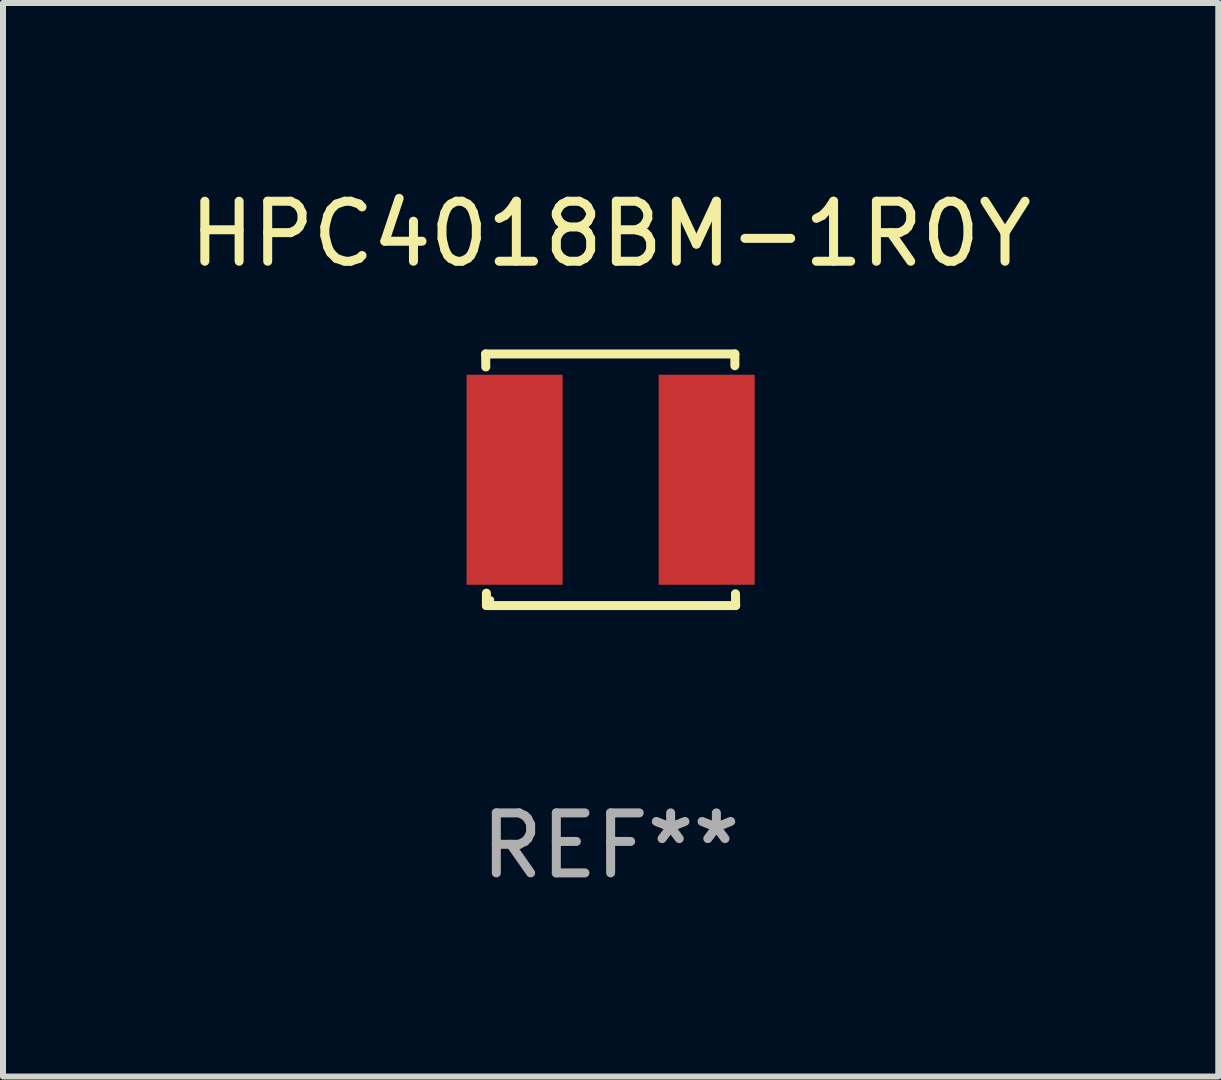
<source format=kicad_pcb>
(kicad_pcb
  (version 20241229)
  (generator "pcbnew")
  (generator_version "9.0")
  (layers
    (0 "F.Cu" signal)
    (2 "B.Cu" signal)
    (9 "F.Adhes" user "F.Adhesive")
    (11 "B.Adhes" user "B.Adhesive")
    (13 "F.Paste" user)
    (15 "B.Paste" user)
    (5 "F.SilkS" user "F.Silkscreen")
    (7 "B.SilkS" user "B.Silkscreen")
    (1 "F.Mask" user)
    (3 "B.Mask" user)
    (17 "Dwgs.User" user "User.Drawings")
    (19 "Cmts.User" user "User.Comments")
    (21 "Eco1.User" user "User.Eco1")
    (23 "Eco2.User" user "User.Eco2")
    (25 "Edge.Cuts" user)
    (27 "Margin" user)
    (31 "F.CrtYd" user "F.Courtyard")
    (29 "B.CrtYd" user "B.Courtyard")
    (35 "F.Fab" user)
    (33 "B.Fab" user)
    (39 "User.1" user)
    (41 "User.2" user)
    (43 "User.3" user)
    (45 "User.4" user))
  (footprint "HPC4018BM-1R0Y"
    (layer "F.Cu")
    (at 7.125 4.944)
    (property "Reference" "HPC4018BM-1R0Y" (at 0 -4.096 0) (layer "F.SilkS") (effects (font (size 1 1) (thickness 0.15))))
    (attr through_hole)
    (fp_line (start -2.083 -2.096) (end -2.08 -1.88) (stroke (width 0.15) (type solid)) (layer "F.SilkS"))
    (fp_line (start -2.07 1.89) (end -2.07 2.096) (stroke (width 0.15) (type solid)) (layer "F.SilkS"))
    (fp_line (start -2.07 2.096) (end 2.083 2.096) (stroke (width 0.15) (type solid)) (layer "F.SilkS"))
    (fp_line (start 2.07 -1.9) (end 2.07 -2.096) (stroke (width 0.15) (type solid)) (layer "F.SilkS"))
    (fp_line (start 2.07 -2.096) (end -2.083 -2.096) (stroke (width 0.15) (type solid)) (layer "F.SilkS"))
    (fp_line (start 2.083 2.096) (end 2.08 1.9) (stroke (width 0.15) (type solid)) (layer "F.SilkS"))
    (fp_circle (center -2 2) (end -1.97 2) (stroke (width 0.06) (type solid)) (fill no) (layer "F.SilkS"))
    (fp_text user "REF**" (at 0 6.096 0) (layer "F.Fab") (effects (font (size 1 1) (thickness 0.15))))
    (pad "1" smd rect (at -1.6 -0.000343) (size 1.6 3.5) (layers "F.Cu" "F.Mask" "F.Paste"))
    (pad "2" smd rect (at 1.6 -0.000343) (size 1.6 3.5) (layers "F.Cu" "F.Mask" "F.Paste")))
  (gr_rect
    (start -3 -3)
    (end 17.25 14.888)
    (stroke (width 0.1) (type default))
    (fill no)
    (layer "Edge.Cuts")))
</source>
